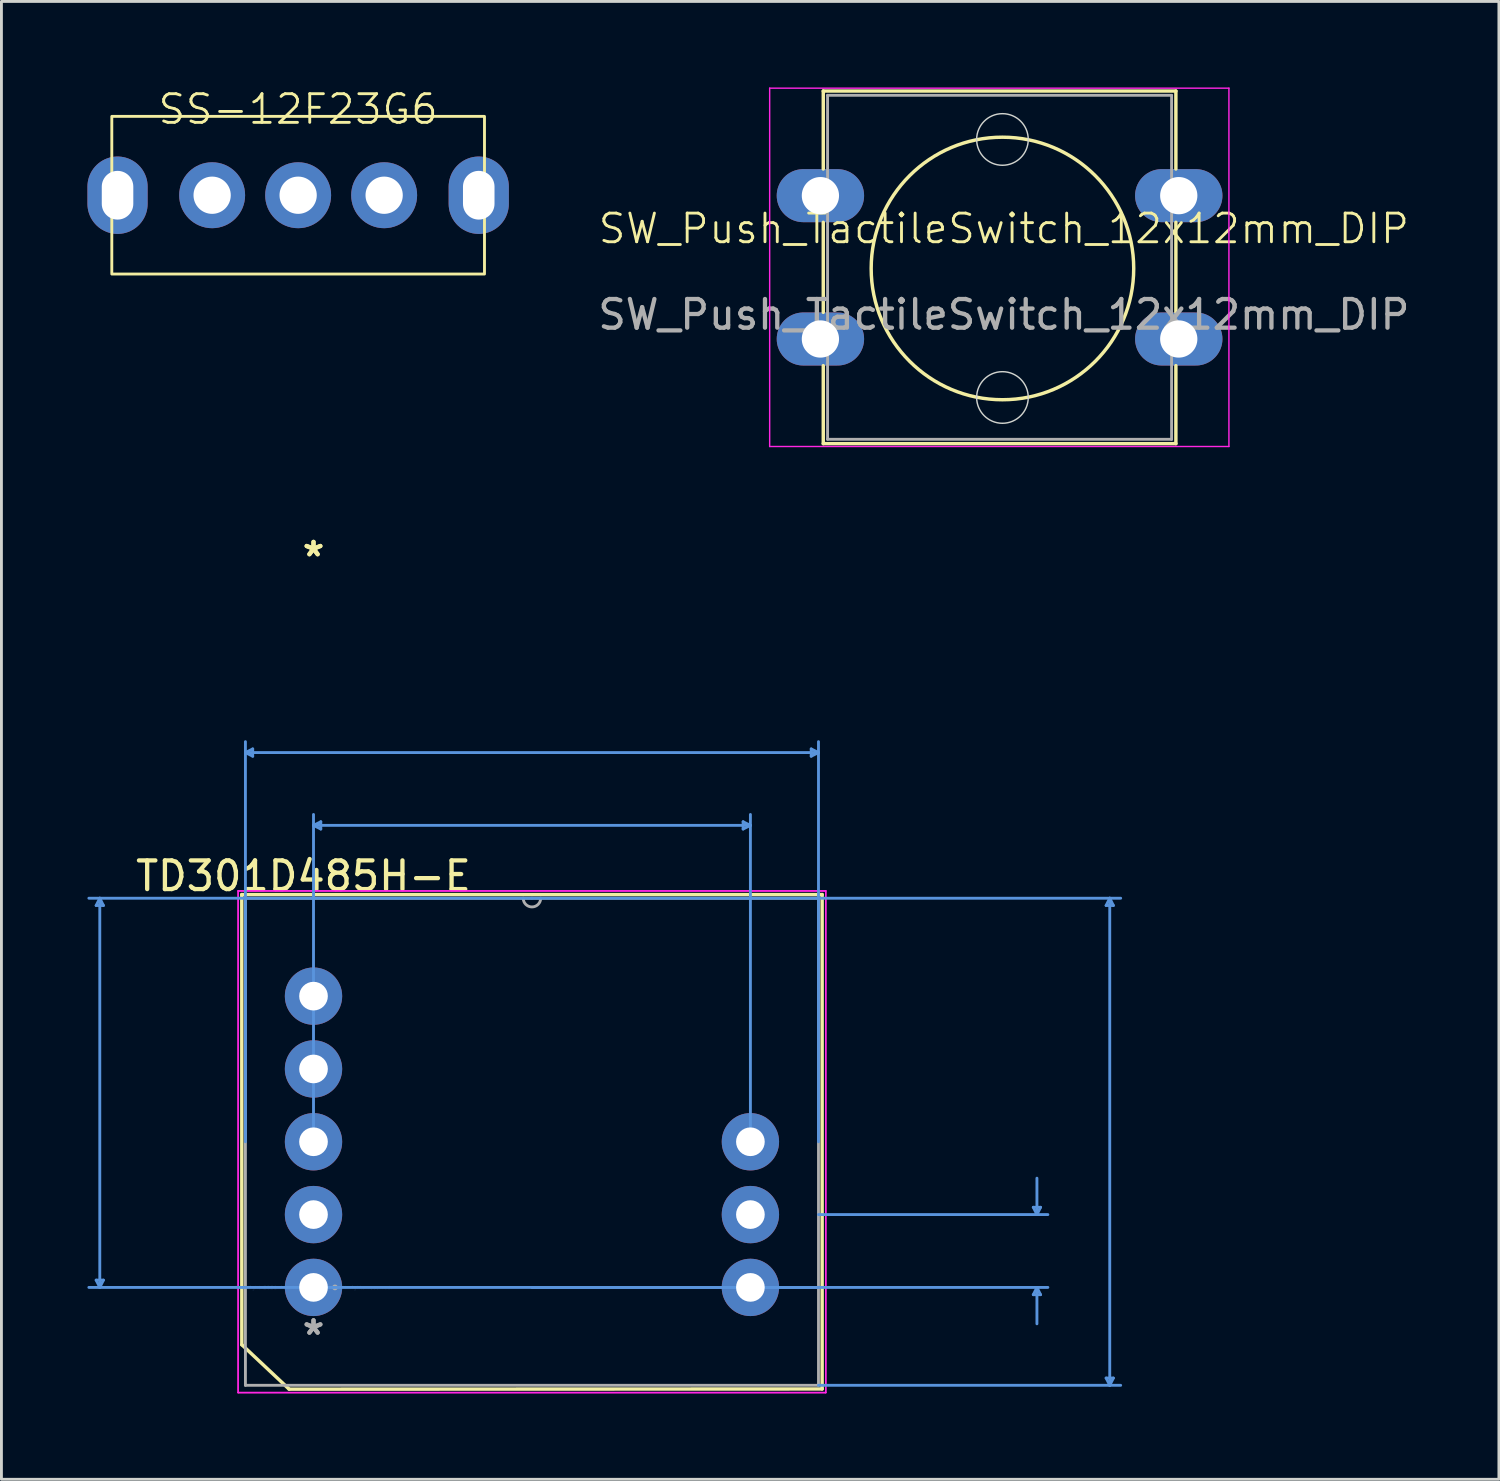
<source format=kicad_pcb>
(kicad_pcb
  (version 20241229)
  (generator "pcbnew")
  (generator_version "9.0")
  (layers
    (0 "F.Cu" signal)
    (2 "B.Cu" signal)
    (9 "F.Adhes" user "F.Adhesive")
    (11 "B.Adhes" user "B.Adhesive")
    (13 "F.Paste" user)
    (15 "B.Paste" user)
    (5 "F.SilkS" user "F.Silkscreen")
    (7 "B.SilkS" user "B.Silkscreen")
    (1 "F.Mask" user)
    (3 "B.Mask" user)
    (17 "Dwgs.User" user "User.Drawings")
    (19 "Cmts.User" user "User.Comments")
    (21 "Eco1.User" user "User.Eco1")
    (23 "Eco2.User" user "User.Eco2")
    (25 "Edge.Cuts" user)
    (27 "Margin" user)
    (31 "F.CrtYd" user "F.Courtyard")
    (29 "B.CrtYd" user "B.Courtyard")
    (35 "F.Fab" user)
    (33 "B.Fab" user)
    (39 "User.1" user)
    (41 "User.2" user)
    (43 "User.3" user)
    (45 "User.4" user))
  (footprint "SS-12F23G6"
    (layer "F.Cu")
    (at 7.35 3.76)
    (property "Reference" "SS-12F23G6" (at 0 -3 0) (unlocked yes) (layer "F.SilkS") (effects (font (size 1 1) (thickness 0.1))))
    (attr through_hole)
    (fp_rect (start -6.5 -2.75) (end 6.5 2.75) (stroke (width 0.1) (type default)) (fill no) (layer "F.SilkS"))
    (pad "" thru_hole oval (at -6.3 0) (size 2.1 2.7) (drill oval 1.1 1.7) (layers "*.Cu" "*.Mask"))
    (pad "" thru_hole oval (at 6.3 0) (size 2.1 2.7) (drill oval 1.1 1.7) (layers "*.Cu" "*.Mask"))
    (pad "1" thru_hole circle (at -3 0) (size 2.3 2.3) (drill 1.3) (layers "*.Cu" "*.Mask"))
    (pad "2" thru_hole circle (at 0 0) (size 2.3 2.3) (drill 1.3) (layers "*.Cu" "*.Mask"))
    (pad "3" thru_hole circle (at 3 0) (size 2.3 2.3) (drill 1.3) (layers "*.Cu" "*.Mask")))
  (footprint "SW_Push_TactileSwitch_12x12mm_DIP"
    (layer "F.Cu")
    (at 31.918 6.315)
    (property "Reference" "SW_Push_TactileSwitch_12x12mm_DIP" (at 0.05 -1.39 0) (unlocked yes) (layer "F.SilkS") (effects (font (size 1 1) (thickness 0.1))))
    (attr through_hole)
    (fp_line (start -6.25 -6.19) (end 6.05 -6.19) (stroke (width 0.12) (type solid)) (layer "F.SilkS"))
    (fp_line (start -6.25 -3.47) (end -6.25 -6.19) (stroke (width 0.12) (type solid)) (layer "F.SilkS"))
    (fp_line (start -6.25 1.53) (end -6.25 -1.61) (stroke (width 0.12) (type solid)) (layer "F.SilkS"))
    (fp_line (start -6.25 6.11) (end -6.25 3.39) (stroke (width 0.12) (type solid)) (layer "F.SilkS"))
    (fp_line (start 6.05 -6.19) (end 6.05 -3.47) (stroke (width 0.12) (type solid)) (layer "F.SilkS"))
    (fp_line (start 6.05 -1.61) (end 6.05 1.53) (stroke (width 0.12) (type solid)) (layer "F.SilkS"))
    (fp_line (start 6.05 3.39) (end 6.05 6.11) (stroke (width 0.12) (type solid)) (layer "F.SilkS"))
    (fp_line (start 6.05 6.11) (end -6.25 6.11) (stroke (width 0.12) (type solid)) (layer "F.SilkS"))
    (fp_circle (center 0 0) (end 3.81 2.54) (stroke (width 0.12) (type solid)) (fill no) (layer "F.SilkS"))
    (fp_circle (center 0 -4.5) (end 0.9 -4.5) (stroke (width 0.05) (type default)) (fill no) (layer "Edge.Cuts"))
    (fp_circle (center 0 4.5) (end 0.9 4.5) (stroke (width 0.05) (type default)) (fill no) (layer "Edge.Cuts"))
    (fp_line (start -8.12 -6.29) (end -8.12 6.21) (stroke (width 0.05) (type solid)) (layer "F.CrtYd"))
    (fp_line (start -8.12 -6.29) (end 7.9 -6.29) (stroke (width 0.05) (type solid)) (layer "F.CrtYd"))
    (fp_line (start 7.9 6.21) (end -8.12 6.21) (stroke (width 0.05) (type solid)) (layer "F.CrtYd"))
    (fp_line (start 7.9 6.21) (end 7.9 -6.29) (stroke (width 0.05) (type solid)) (layer "F.CrtYd"))
    (fp_line (start -6.1 -6.04) (end -6.1 5.96) (stroke (width 0.1) (type solid)) (layer "F.Fab"))
    (fp_line (start -6.1 -6.04) (end 5.9 -6.04) (stroke (width 0.1) (type solid)) (layer "F.Fab"))
    (fp_line (start -6.1 5.96) (end 5.9 5.96) (stroke (width 0.1) (type solid)) (layer "F.Fab"))
    (fp_line (start 5.9 -6.04) (end 5.9 5.96) (stroke (width 0.1) (type solid)) (layer "F.Fab"))
    (fp_text user "${REFERENCE}" (at 0.05 1.61 0) (unlocked yes) (layer "F.Fab") (effects (font (size 1 1) (thickness 0.15))))
    (pad "1" thru_hole oval (at -6.35 -2.54) (size 3.048 1.85) (drill 1.3) (layers "*.Cu" "*.Mask"))
    (pad "1" thru_hole oval (at 6.15 -2.54) (size 3.048 1.85) (drill 1.3) (layers "*.Cu" "*.Mask"))
    (pad "2" thru_hole oval (at -6.35 2.46) (size 3.048 1.85) (drill 1.3) (layers "*.Cu" "*.Mask"))
    (pad "2" thru_hole oval (at 6.15 2.46) (size 3.048 1.85) (drill 1.3) (layers "*.Cu" "*.Mask")))
  (footprint "TD301D485H-E"
    (layer "F.Cu")
    (at 7.886 41.858)
    (property "Reference" "TD301D485H-E" (at -0.35 -14.35 0) (layer "F.SilkS") (effects (font (size 1 1) (thickness 0.15))))
    (attr through_hole)
    (fp_line (start -2.502 -13.703) (end -2.5 2) (stroke (width 0.12) (type solid)) (layer "F.SilkS"))
    (fp_line (start -2.5 2) (end -0.85 3.55) (stroke (width 0.12) (type solid)) (layer "F.SilkS"))
    (fp_line (start -0.85 3.55) (end 17.742 3.543) (stroke (width 0.12) (type solid)) (layer "F.SilkS"))
    (fp_line (start 17.742 -13.703) (end -2.502 -13.703) (stroke (width 0.12) (type solid)) (layer "F.SilkS"))
    (fp_line (start 17.742 3.543) (end 17.742 -13.703) (stroke (width 0.12) (type solid)) (layer "F.SilkS"))
    (fp_line (start -7.582 -13.322) (end -7.328 -13.322) (stroke (width 0.1) (type solid)) (layer "Cmts.User"))
    (fp_line (start -7.582 -0.254) (end -7.328 -0.254) (stroke (width 0.1) (type solid)) (layer "Cmts.User"))
    (fp_line (start -7.455 -13.576) (end -7.582 -13.322) (stroke (width 0.1) (type solid)) (layer "Cmts.User"))
    (fp_line (start -7.455 -13.576) (end -7.455 0) (stroke (width 0.1) (type solid)) (layer "Cmts.User"))
    (fp_line (start -7.455 -13.576) (end -7.328 -13.322) (stroke (width 0.1) (type solid)) (layer "Cmts.User"))
    (fp_line (start -7.455 0) (end -7.582 -0.254) (stroke (width 0.1) (type solid)) (layer "Cmts.User"))
    (fp_line (start -7.455 0) (end -7.328 -0.254) (stroke (width 0.1) (type solid)) (layer "Cmts.User"))
    (fp_line (start -2.375 -18.656) (end -2.121 -18.783) (stroke (width 0.1) (type solid)) (layer "Cmts.User"))
    (fp_line (start -2.375 -18.656) (end -2.121 -18.529) (stroke (width 0.1) (type solid)) (layer "Cmts.User"))
    (fp_line (start -2.375 -18.656) (end 17.615 -18.656) (stroke (width 0.1) (type solid)) (layer "Cmts.User"))
    (fp_line (start -2.375 -5.08) (end -2.375 -19.037) (stroke (width 0.1) (type solid)) (layer "Cmts.User"))
    (fp_line (start -2.121 -18.783) (end -2.121 -18.529) (stroke (width 0.1) (type solid)) (layer "Cmts.User"))
    (fp_line (start 0 -16.116) (end 0.254 -16.243) (stroke (width 0.1) (type solid)) (layer "Cmts.User"))
    (fp_line (start 0 -16.116) (end 0.254 -15.989) (stroke (width 0.1) (type solid)) (layer "Cmts.User"))
    (fp_line (start 0 -16.116) (end 15.24 -16.116) (stroke (width 0.1) (type solid)) (layer "Cmts.User"))
    (fp_line (start 0 -5.08) (end 0 -16.497) (stroke (width 0.1) (type solid)) (layer "Cmts.User"))
    (fp_line (start 0.254 -16.243) (end 0.254 -15.989) (stroke (width 0.1) (type solid)) (layer "Cmts.User"))
    (fp_line (start 7.62 -13.576) (end -7.836 -13.576) (stroke (width 0.1) (type solid)) (layer "Cmts.User"))
    (fp_line (start 7.62 -13.576) (end 28.156 -13.576) (stroke (width 0.1) (type solid)) (layer "Cmts.User"))
    (fp_line (start 7.62 0) (end 25.616 0) (stroke (width 0.1) (type solid)) (layer "Cmts.User"))
    (fp_line (start 14.986 -16.243) (end 14.986 -15.989) (stroke (width 0.1) (type solid)) (layer "Cmts.User"))
    (fp_line (start 15.24 -16.116) (end 14.986 -16.243) (stroke (width 0.1) (type solid)) (layer "Cmts.User"))
    (fp_line (start 15.24 -16.116) (end 14.986 -15.989) (stroke (width 0.1) (type solid)) (layer "Cmts.User"))
    (fp_line (start 15.24 -5.08) (end 15.24 -16.497) (stroke (width 0.1) (type solid)) (layer "Cmts.User"))
    (fp_line (start 17.361 -18.783) (end 17.361 -18.529) (stroke (width 0.1) (type solid)) (layer "Cmts.User"))
    (fp_line (start 17.615 -18.656) (end 17.361 -18.783) (stroke (width 0.1) (type solid)) (layer "Cmts.User"))
    (fp_line (start 17.615 -18.656) (end 17.361 -18.529) (stroke (width 0.1) (type solid)) (layer "Cmts.User"))
    (fp_line (start 17.615 -5.08) (end 17.615 -19.037) (stroke (width 0.1) (type solid)) (layer "Cmts.User"))
    (fp_line (start 17.615 -2.54) (end 25.616 -2.54) (stroke (width 0.1) (type solid)) (layer "Cmts.User"))
    (fp_line (start 17.615 0) (end -7.836 0) (stroke (width 0.1) (type solid)) (layer "Cmts.User"))
    (fp_line (start 17.615 3.416) (end 28.156 3.416) (stroke (width 0.1) (type solid)) (layer "Cmts.User"))
    (fp_line (start 25.108 -2.794) (end 25.362 -2.794) (stroke (width 0.1) (type solid)) (layer "Cmts.User"))
    (fp_line (start 25.108 0.254) (end 25.362 0.254) (stroke (width 0.1) (type solid)) (layer "Cmts.User"))
    (fp_line (start 25.235 -2.54) (end 25.108 -2.794) (stroke (width 0.1) (type solid)) (layer "Cmts.User"))
    (fp_line (start 25.235 -2.54) (end 25.235 -3.81) (stroke (width 0.1) (type solid)) (layer "Cmts.User"))
    (fp_line (start 25.235 -2.54) (end 25.362 -2.794) (stroke (width 0.1) (type solid)) (layer "Cmts.User"))
    (fp_line (start 25.235 0) (end 25.108 0.254) (stroke (width 0.1) (type solid)) (layer "Cmts.User"))
    (fp_line (start 25.235 0) (end 25.235 1.27) (stroke (width 0.1) (type solid)) (layer "Cmts.User"))
    (fp_line (start 25.235 0) (end 25.362 0.254) (stroke (width 0.1) (type solid)) (layer "Cmts.User"))
    (fp_line (start 27.648 -13.322) (end 27.902 -13.322) (stroke (width 0.1) (type solid)) (layer "Cmts.User"))
    (fp_line (start 27.648 3.162) (end 27.902 3.162) (stroke (width 0.1) (type solid)) (layer "Cmts.User"))
    (fp_line (start 27.775 -13.576) (end 27.648 -13.322) (stroke (width 0.1) (type solid)) (layer "Cmts.User"))
    (fp_line (start 27.775 -13.576) (end 27.775 3.416) (stroke (width 0.1) (type solid)) (layer "Cmts.User"))
    (fp_line (start 27.775 -13.576) (end 27.902 -13.322) (stroke (width 0.1) (type solid)) (layer "Cmts.User"))
    (fp_line (start 27.775 3.416) (end 27.648 3.162) (stroke (width 0.1) (type solid)) (layer "Cmts.User"))
    (fp_line (start 27.775 3.416) (end 27.902 3.162) (stroke (width 0.1) (type solid)) (layer "Cmts.User"))
    (fp_line (start -2.629 -13.83) (end 17.869 -13.83) (stroke (width 0.05) (type solid)) (layer "F.CrtYd"))
    (fp_line (start -2.629 -13.83) (end 17.869 -13.83) (stroke (width 0.05) (type solid)) (layer "F.CrtYd"))
    (fp_line (start -2.629 3.67) (end -2.629 -13.83) (stroke (width 0.05) (type solid)) (layer "F.CrtYd"))
    (fp_line (start -2.629 3.67) (end -2.629 -13.83) (stroke (width 0.05) (type solid)) (layer "F.CrtYd"))
    (fp_line (start 17.869 -13.83) (end 17.869 3.67) (stroke (width 0.05) (type solid)) (layer "F.CrtYd"))
    (fp_line (start 17.869 -13.83) (end 17.869 3.67) (stroke (width 0.05) (type solid)) (layer "F.CrtYd"))
    (fp_line (start 17.869 3.67) (end -2.629 3.67) (stroke (width 0.05) (type solid)) (layer "F.CrtYd"))
    (fp_line (start 17.869 3.67) (end -2.629 3.67) (stroke (width 0.05) (type solid)) (layer "F.CrtYd"))
    (fp_line (start -2.375 -13.576) (end -2.375 3.416) (stroke (width 0.1) (type solid)) (layer "F.Fab"))
    (fp_line (start -2.375 3.416) (end 17.615 3.416) (stroke (width 0.1) (type solid)) (layer "F.Fab"))
    (fp_line (start 17.615 -13.576) (end -2.375 -13.576) (stroke (width 0.1) (type solid)) (layer "F.Fab"))
    (fp_line (start 17.615 3.416) (end 17.615 -13.576) (stroke (width 0.1) (type solid)) (layer "F.Fab"))
    (fp_arc (start 7.9248 -13.5763) (mid 7.62 -13.2715) (end 7.3152 -13.5763) (stroke (width 0.1) (type solid)) (layer "F.Fab"))
    (fp_circle (center 0.749 0) (end 0.749 0) (stroke (width 0.1) (type solid)) (fill no) (layer "F.Fab"))
    (fp_text user "*" (at 0 -25.459 0) (layer "F.SilkS") (effects (font (size 1 1) (thickness 0.15))))
    (fp_text user "*" (at 0 -25.459 0) (layer "F.SilkS") (effects (font (size 1 1) (thickness 0.15))))
    (fp_text user "Copyright 2021 Accelerated Designs. All rights reserved." (at 0 0 0) (layer "Cmts.User") (effects (font (size 0.127 0.127) (thickness 0.002))))
    (fp_text user "*" (at 0 1.693 0) (layer "F.Fab") (effects (font (size 1 1) (thickness 0.15))))
    (fp_text user "*" (at 0 1.693 0) (layer "F.Fab") (effects (font (size 1 1) (thickness 0.15))))
    (pad "1" thru_hole circle (at 0 0) (size 2 2) (drill 1) (layers "*.Cu" "*.Mask"))
    (pad "2" thru_hole circle (at 0 -2.54) (size 2 2) (drill 1) (layers "*.Cu" "*.Mask"))
    (pad "3" thru_hole circle (at 0 -5.08) (size 2 2) (drill 1) (layers "*.Cu" "*.Mask"))
    (pad "4" thru_hole circle (at 0 -7.62) (size 2 2) (drill 1) (layers "*.Cu" "*.Mask"))
    (pad "5" thru_hole circle (at 0 -10.16) (size 2 2) (drill 1) (layers "*.Cu" "*.Mask"))
    (pad "8" thru_hole circle (at 15.24 -5.08) (size 2 2) (drill 1) (layers "*.Cu" "*.Mask"))
    (pad "9" thru_hole circle (at 15.24 -2.54) (size 2 2) (drill 1) (layers "*.Cu" "*.Mask"))
    (pad "10" thru_hole circle (at 15.24 0) (size 2 2) (drill 1) (layers "*.Cu" "*.Mask")))
  (gr_rect
    (start -3 -3)
    (end 49.236 48.553)
    (stroke (width 0.1) (type default))
    (fill no)
    (layer "Edge.Cuts")))
</source>
